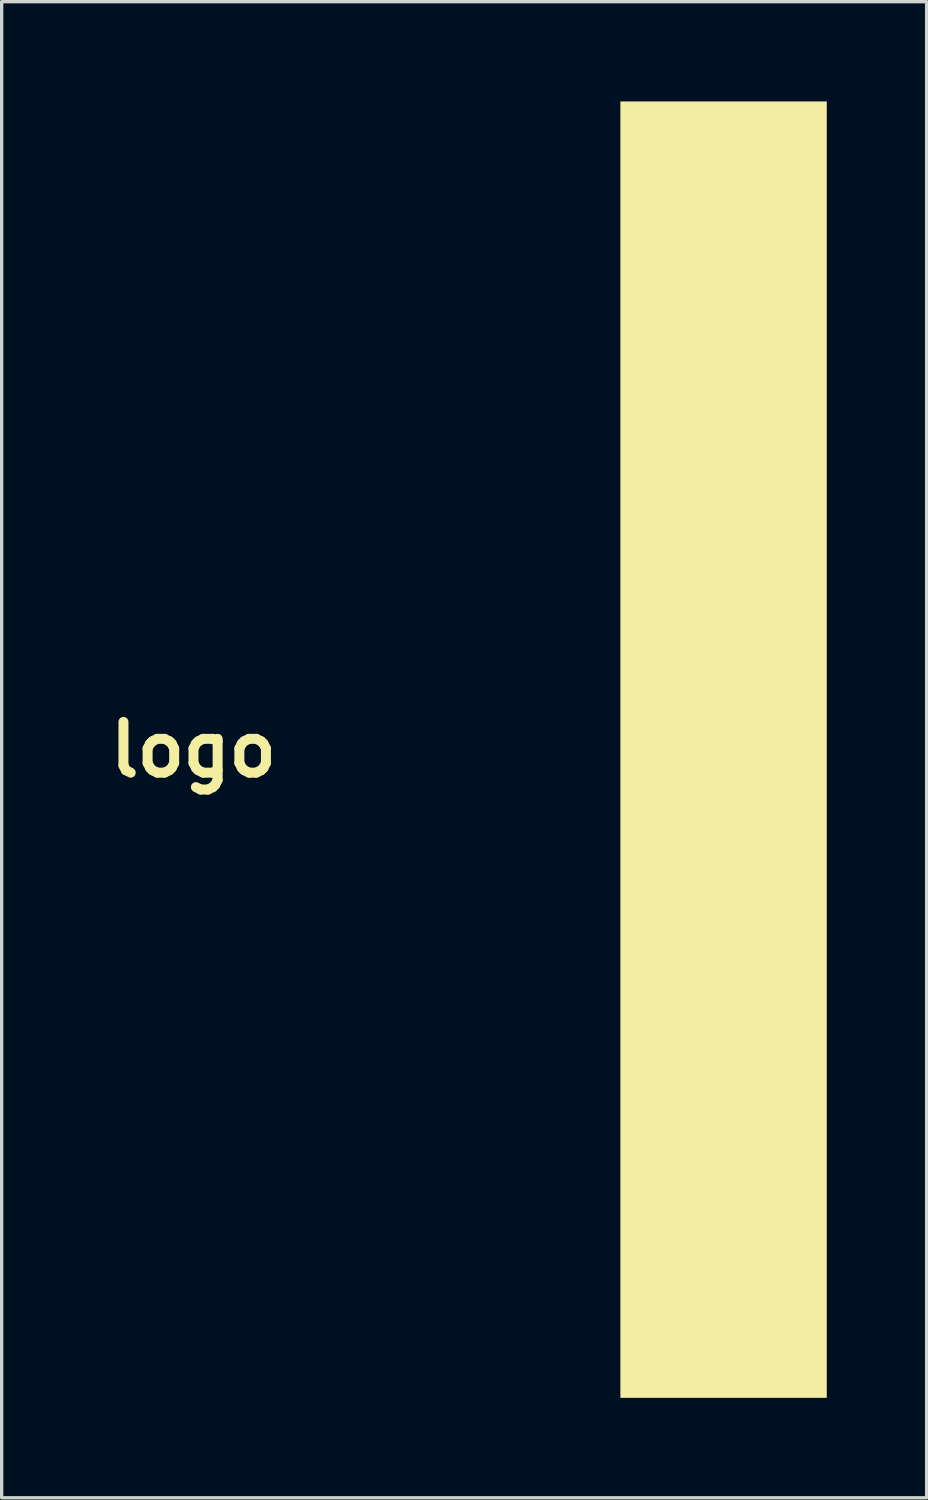
<source format=kicad_pcb>
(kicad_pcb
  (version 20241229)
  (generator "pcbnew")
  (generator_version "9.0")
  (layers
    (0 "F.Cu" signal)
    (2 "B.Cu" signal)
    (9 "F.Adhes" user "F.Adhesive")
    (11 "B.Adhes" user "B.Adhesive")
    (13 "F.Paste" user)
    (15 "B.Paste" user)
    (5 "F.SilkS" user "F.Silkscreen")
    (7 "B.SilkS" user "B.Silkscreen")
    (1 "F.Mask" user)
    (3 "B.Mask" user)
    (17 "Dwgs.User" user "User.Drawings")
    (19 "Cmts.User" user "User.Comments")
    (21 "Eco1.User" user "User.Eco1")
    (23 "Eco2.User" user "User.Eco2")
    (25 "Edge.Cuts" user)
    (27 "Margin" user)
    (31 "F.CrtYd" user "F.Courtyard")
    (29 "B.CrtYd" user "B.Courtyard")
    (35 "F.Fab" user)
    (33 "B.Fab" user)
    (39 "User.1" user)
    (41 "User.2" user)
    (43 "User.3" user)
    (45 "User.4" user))
  (footprint "logo"
    (layer "F.Cu")
    (at 2.765 19.481)
    (property "Reference" "logo" (at 0 0 0) (layer "F.SilkS") (effects (font (size 1.524 1.524) (thickness 0.3))))
    (attr through_hole)
    (fp_poly (pts (xy 19.028 19.476) (xy 12.835 19.476) (xy 12.835 -19.476) (xy 19.028 -19.476) (xy 19.028 19.476)) (stroke (width 0.01) (type solid)) (fill yes) (layer "F.SilkS")))
  (gr_rect
    (start -3 -3)
    (end 24.798 41.963)
    (stroke (width 0.1) (type default))
    (fill no)
    (layer "Edge.Cuts")))
</source>
